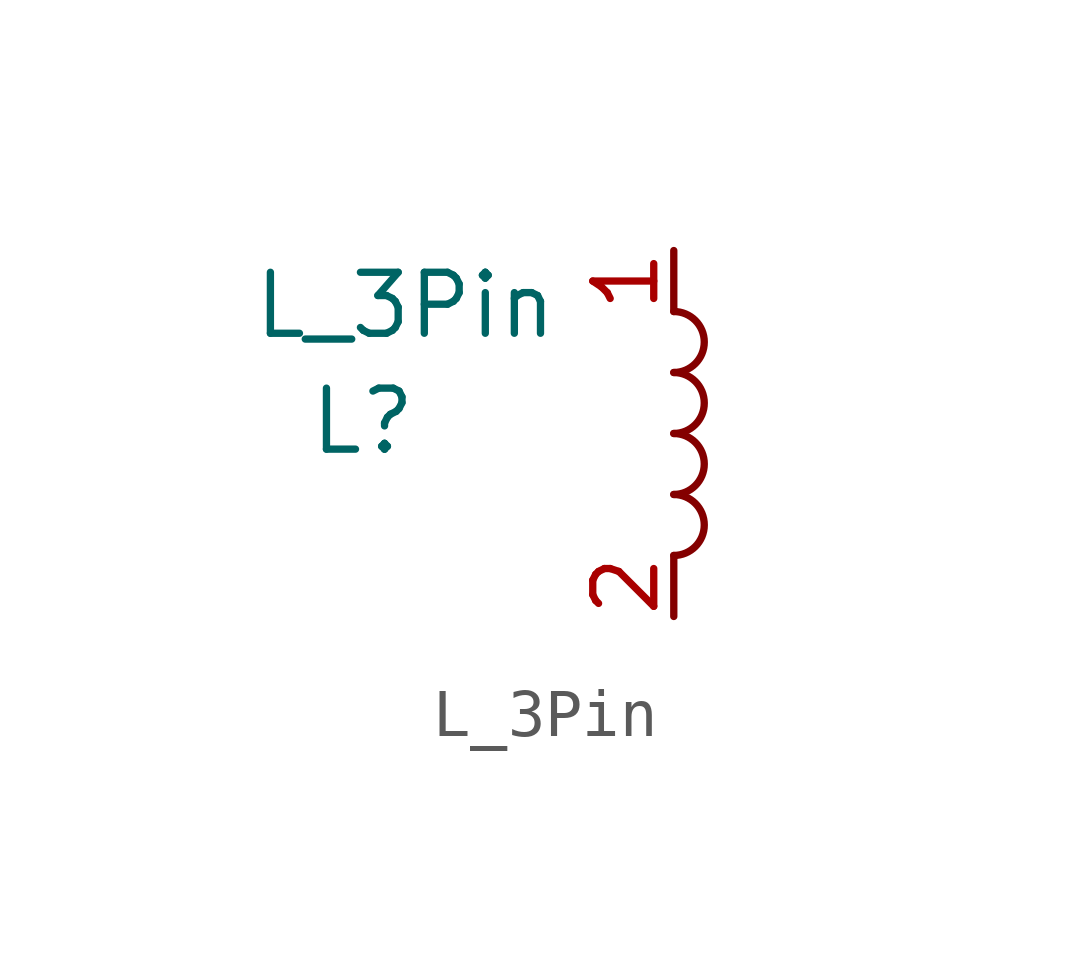
<source format=kicad_sym>
(kicad_symbol_lib
  (version 20211014)
  (generator kicad_symbol_editor)
  (symbol "L_3Pin"
    (property "Reference" "L"
      (at -6.477 0.254 0)
      (effects (font (size 1.27 1.27))))
    (property "Value" "L_3Pin"
      (at -5.588 2.667 0)
      (effects (font (size 1.27 1.27))))
    (symbol "L_3Pin_0_1"
      (arc (start 0 -2.54) (mid 0.635 -1.905) (end 0 -1.27) (stroke (width 0) (type default) (color 0 0 0 0)) (fill (type none)))
      (arc (start 0 -1.27) (mid 0.635 -0.635) (end 0 0) (stroke (width 0) (type default) (color 0 0 0 0)) (fill (type none)))
      (arc (start 0 0) (mid 0.635 0.635) (end 0 1.27) (stroke (width 0) (type default) (color 0 0 0 0)) (fill (type none)))
      (arc (start 0 1.27) (mid 0.635 1.905) (end 0 2.54) (stroke (width 0) (type default) (color 0 0 0 0)) (fill (type none))))
    (symbol "L_3Pin_1_1"
      (pin passive line (at 0 3.81 270) (length 1.27) (name "" (effects (font (size 1.27 1.27)))) (number "1" (effects (font (size 1.27 1.27)))))
      (pin passive line (at 0 -3.81 90) (length 1.27) (name "" (effects (font (size 1.27 1.27)))) (number "2" (effects (font (size 1.27 1.27)))))
      (pin no_connect line (at 3.429 -0.127 180) (length 2.54) hide (name "NC" (effects (font (size 1.27 1.27)))) (number "3" (effects (font (size 1.27 1.27))))))))
</source>
